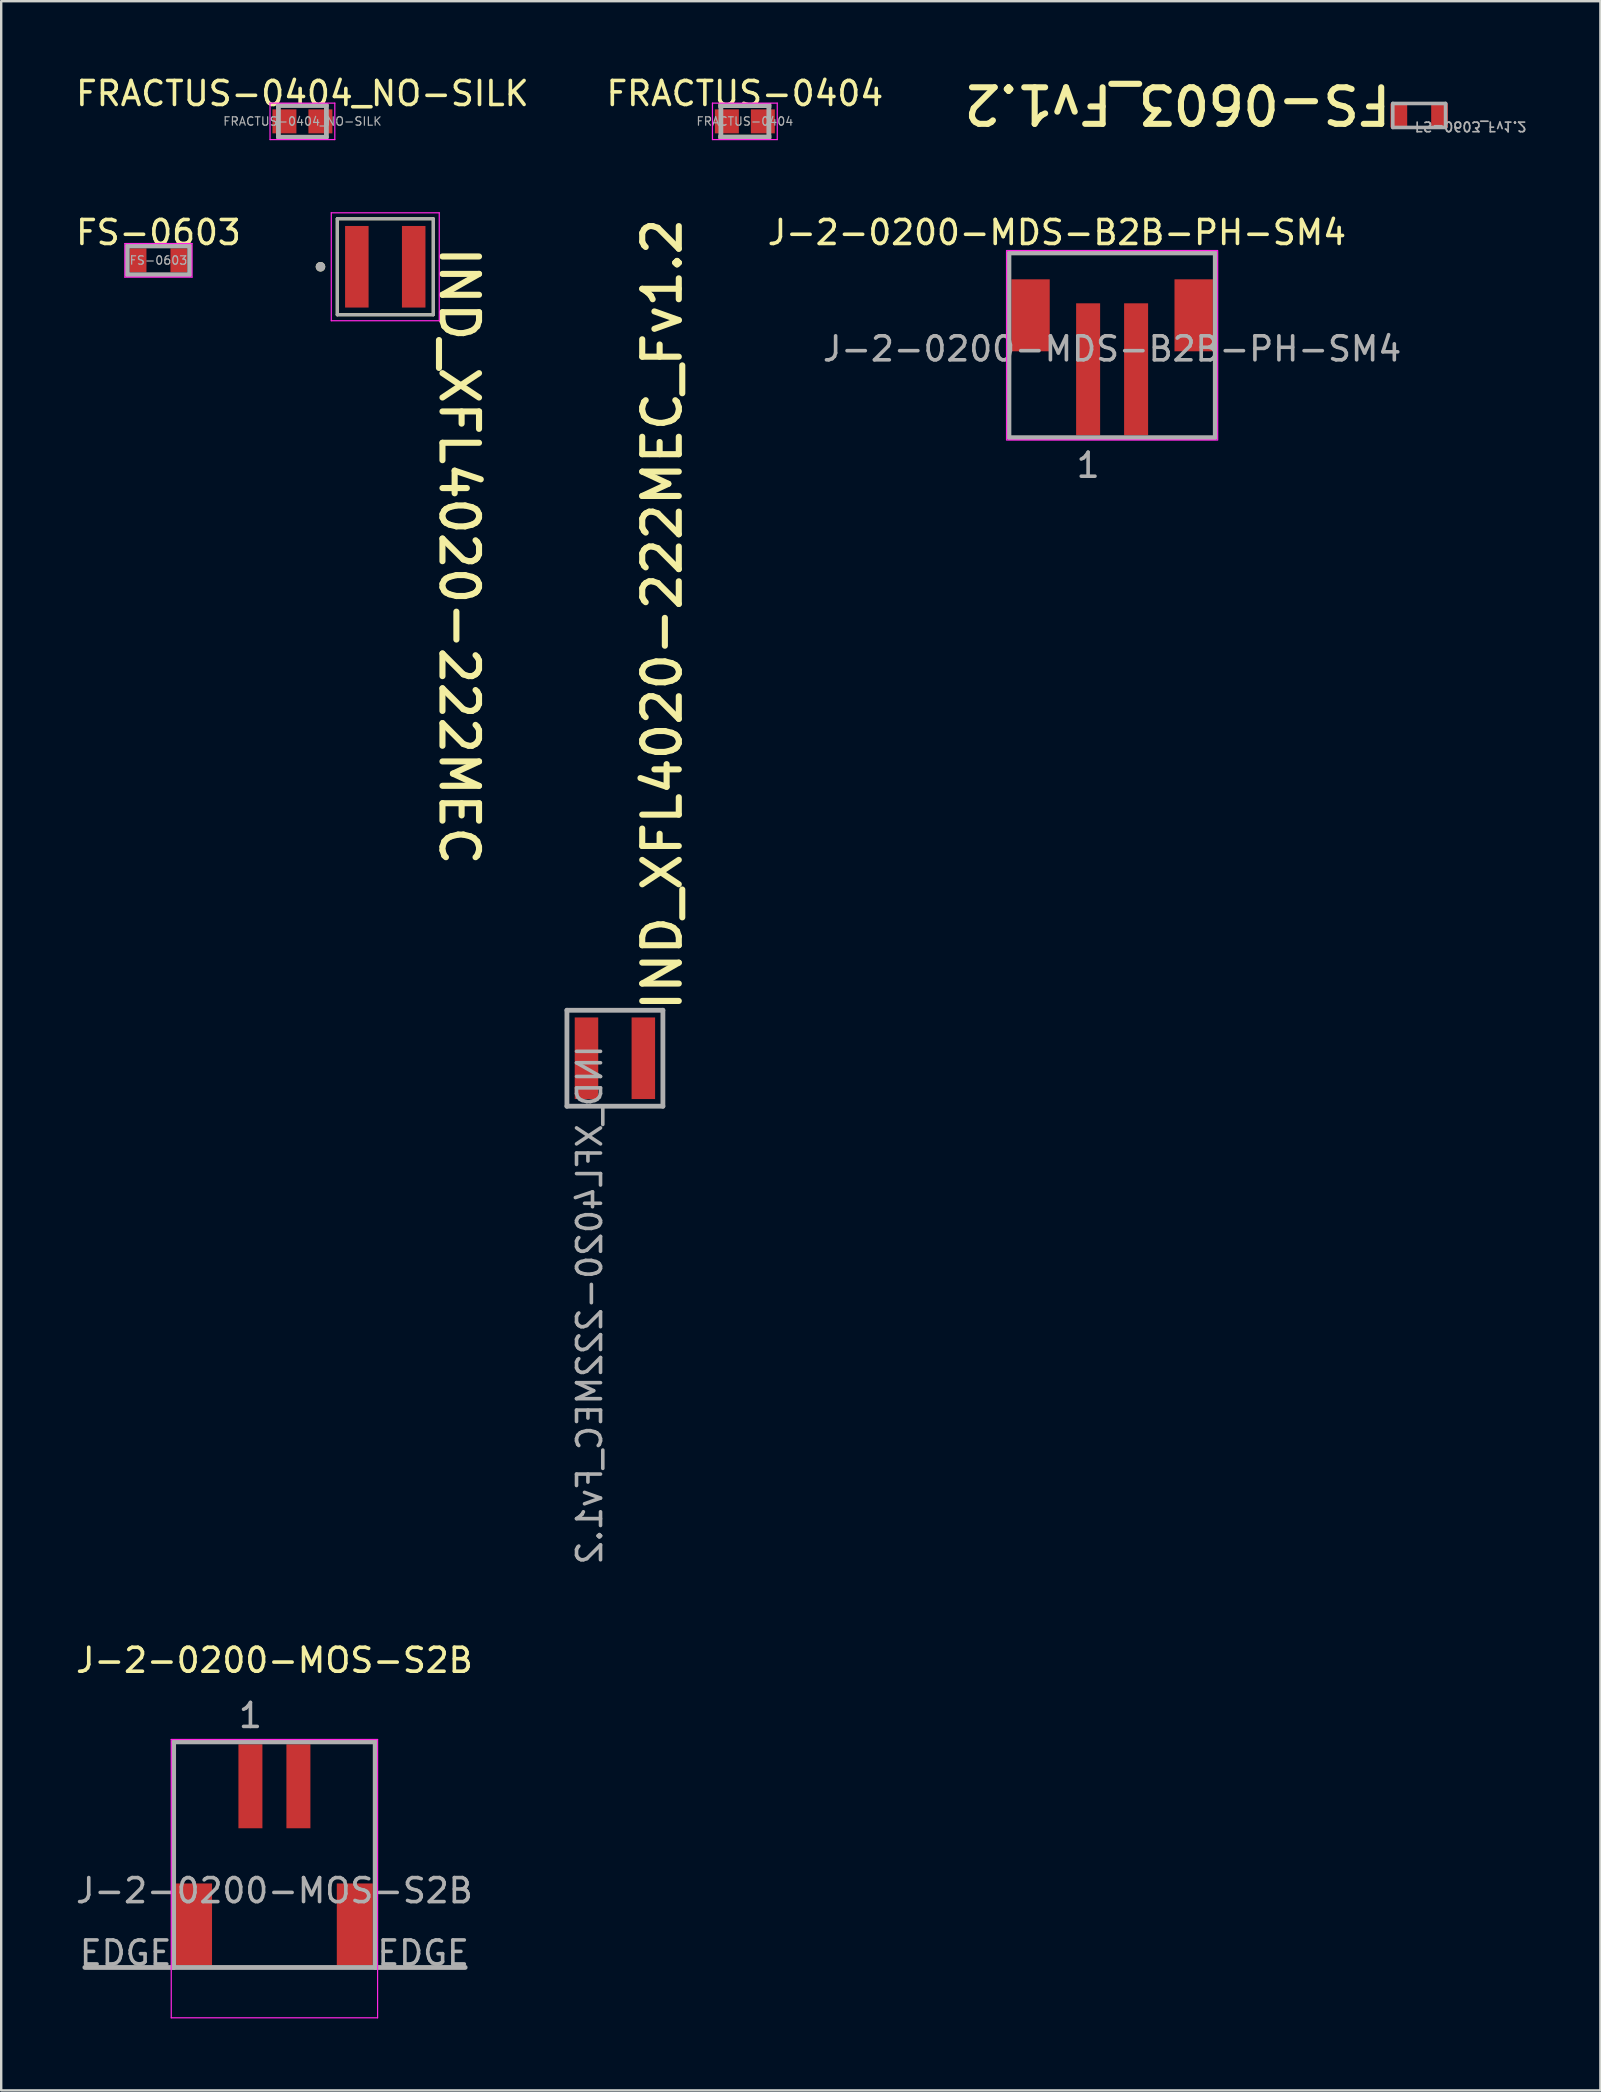
<source format=kicad_pcb>
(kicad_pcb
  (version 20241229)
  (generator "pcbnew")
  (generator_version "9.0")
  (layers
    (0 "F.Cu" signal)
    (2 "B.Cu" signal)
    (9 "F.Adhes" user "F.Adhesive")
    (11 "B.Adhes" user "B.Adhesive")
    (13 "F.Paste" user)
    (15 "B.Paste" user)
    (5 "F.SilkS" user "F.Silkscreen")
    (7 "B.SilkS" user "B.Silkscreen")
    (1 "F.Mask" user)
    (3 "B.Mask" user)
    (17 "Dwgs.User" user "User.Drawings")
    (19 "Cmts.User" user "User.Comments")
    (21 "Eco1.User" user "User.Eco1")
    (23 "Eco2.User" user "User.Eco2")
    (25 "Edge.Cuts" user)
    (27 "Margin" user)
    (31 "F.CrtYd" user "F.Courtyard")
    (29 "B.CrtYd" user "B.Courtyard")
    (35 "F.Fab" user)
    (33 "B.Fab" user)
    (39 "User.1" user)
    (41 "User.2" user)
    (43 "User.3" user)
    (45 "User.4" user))
  (footprint "FS-0603"
    (layer "F.Cu")
    (at 3.554 7.801)
    (property "Reference" "FS-0603" (at 0 -1.16 0) (layer "F.SilkS") (effects (font (size 1 1) (thickness 0.15))))
    (attr smd)
    (fp_line (start -1.4 -0.7) (end 1.4 -0.7) (stroke (width 0.05) (type solid)) (layer "F.CrtYd"))
    (fp_line (start -1.4 0.7) (end -1.4 -0.7) (stroke (width 0.05) (type solid)) (layer "F.CrtYd"))
    (fp_line (start 1.4 -0.7) (end 1.4 0.7) (stroke (width 0.05) (type solid)) (layer "F.CrtYd"))
    (fp_line (start 1.4 0.7) (end -1.4 0.7) (stroke (width 0.05) (type solid)) (layer "F.CrtYd"))
    (fp_line (start -1.3 -0.6) (end 1.3 -0.6) (stroke (width 0.2) (type solid)) (layer "F.Fab"))
    (fp_line (start -1.3 0.6) (end -1.3 -0.6) (stroke (width 0.2) (type solid)) (layer "F.Fab"))
    (fp_line (start 1.3 -0.6) (end 1.3 0.6) (stroke (width 0.2) (type solid)) (layer "F.Fab"))
    (fp_line (start 1.3 0.6) (end -1.3 0.6) (stroke (width 0.2) (type solid)) (layer "F.Fab"))
    (fp_text user "${REFERENCE}" (at 0 0 0) (layer "F.Fab") (effects (font (size 0.35 0.35) (thickness 0.05))))
    (pad "1" smd rect (at -0.85 0) (size 0.7 1) (layers "F.Cu" "F.Mask" "F.Paste"))
    (pad "2" smd rect (at 0.85 0) (size 0.7 1) (layers "F.Cu" "F.Mask" "F.Paste")))
  (footprint "J-2-0200-MDS-B2B-PH-SM4"
    (layer "F.Cu")
    (at 45.3 12.341)
    (property "Reference" "J-2-0200-MDS-B2B-PH-SM4" (at -4.3 -5.7 0) (layer "F.SilkS") (effects (font (size 1 1) (thickness 0.15))))
    (attr smd)
    (fp_rect (start -6.4 -4.95) (end 2.4 2.95) (stroke (width 0.05) (type default)) (fill no) (layer "F.CrtYd"))
    (fp_rect (start -6.3 -4.85) (end 2.3 2.85) (stroke (width 0.2) (type default)) (fill no) (layer "F.Fab"))
    (fp_text user "1" (at -3 4 180) (layer "F.Fab") (effects (font (size 1 1) (thickness 0.15))))
    (fp_text user "${REFERENCE}" (at -2 -0.85 180) (layer "F.Fab") (effects (font (size 1 1) (thickness 0.15))))
    (pad "1" smd rect (at -3 0 90) (size 5.5 1) (layers "F.Cu" "F.Mask" "F.Paste"))
    (pad "2" smd rect (at -1 0 90) (size 5.5 1) (layers "F.Cu" "F.Mask" "F.Paste"))
    (pad "MP" smd rect (at -5.4 -2.25 90) (size 3 1.6) (layers "F.Cu" "F.Mask" "F.Paste"))
    (pad "MP" smd rect (at 1.4 -2.25 90) (size 3 1.6) (layers "F.Cu" "F.Mask" "F.Paste")))
  (footprint "FS-0603_Fv1.2"
    (layer "F.Cu")
    (at 56.098 1.762)
    (property "Reference" "FS-0603_Fv1.2" (at -1.053 -1.374 180) (unlocked yes) (layer "F.SilkS") (effects (font (size 1.524 1.524) (thickness 0.254)) (justify left bottom)))
    (fp_line (start -1.1 0.5) (end -1.1 -0.5) (stroke (width 0.15) (type solid)) (layer "F.Fab"))
    (fp_line (start 1.1 -0.5) (end -1.1 -0.5) (stroke (width 0.15) (type solid)) (layer "F.Fab"))
    (fp_line (start 1.1 0.5) (end -1.1 0.5) (stroke (width 0.15) (type solid)) (layer "F.Fab"))
    (fp_line (start 1.1 0.5) (end 1.1 -0.5) (stroke (width 0.15) (type solid)) (layer "F.Fab"))
    (fp_text user "${REFERENCE}" (at -0.225 0.225 180) (unlocked yes) (layer "F.Fab") (effects (font (size 0.4 0.4) (thickness 0.07)) (justify left bottom mirror)))
    (pad "1" smd rect (at -0.85 0 90) (size 1 0.7) (layers "F.Cu" "F.Mask" "F.Paste"))
    (pad "2" smd rect (at 0.85 0 90) (size 1 0.7) (layers "F.Cu" "F.Mask" "F.Paste")))
  (footprint "J-2-0200-MOS-S2B"
    (layer "F.Cu")
    (at 8.387 74.248)
    (property "Reference" "J-2-0200-MOS-S2B" (at 0 -8.1 0) (layer "F.SilkS") (effects (font (size 1 1) (thickness 0.15))))
    (attr smd)
    (fp_line (start -4.3 -4.8) (end -4.3 6.8) (stroke (width 0.05) (type solid)) (layer "F.CrtYd"))
    (fp_line (start -4.3 6.8) (end 4.3 6.8) (stroke (width 0.05) (type solid)) (layer "F.CrtYd"))
    (fp_line (start 4.3 -4.8) (end -4.3 -4.8) (stroke (width 0.05) (type solid)) (layer "F.CrtYd"))
    (fp_line (start 4.3 6.8) (end 4.3 -4.8) (stroke (width 0.05) (type solid)) (layer "F.CrtYd"))
    (fp_line (start -7.9 4.7) (end -4.2 4.7) (stroke (width 0.2) (type solid)) (layer "F.Fab"))
    (fp_line (start -4.2 -4.7) (end -4.2 4.7) (stroke (width 0.2) (type solid)) (layer "F.Fab"))
    (fp_line (start -4.2 -4.7) (end 4.2 -4.7) (stroke (width 0.2) (type solid)) (layer "F.Fab"))
    (fp_line (start -4.2 4.7) (end 4.2 4.7) (stroke (width 0.2) (type solid)) (layer "F.Fab"))
    (fp_line (start 4.2 -4.7) (end 4.2 4.7) (stroke (width 0.2) (type solid)) (layer "F.Fab"))
    (fp_line (start 4.25 4.7) (end 7.95 4.7) (stroke (width 0.2) (type solid)) (layer "F.Fab"))
    (fp_text user "${REFERENCE}" (at 0 1.5 0) (layer "F.Fab") (effects (font (size 1 1) (thickness 0.15))))
    (fp_text user "EDGE" (at -6.2 4.1 0) (layer "F.Fab") (effects (font (size 1 1) (thickness 0.15))))
    (fp_text user "EDGE" (at 6.2 4.1 0) (layer "F.Fab") (effects (font (size 1 1) (thickness 0.15))))
    (fp_text user "1" (at -1 -5.8 0) (layer "F.Fab") (effects (font (size 1 1) (thickness 0.15))))
    (pad "1" smd rect (at -1 -2.85) (size 1 3.5) (layers "F.Cu" "F.Mask" "F.Paste"))
    (pad "2" smd rect (at 1 -2.85) (size 1 3.5) (layers "F.Cu" "F.Mask" "F.Paste"))
    (pad "MP" smd rect (at -3.35 2.9) (size 1.5 3.4) (layers "F.Cu" "F.Mask" "F.Paste"))
    (pad "MP" smd rect (at 3.35 2.9) (size 1.5 3.4) (layers "F.Cu" "F.Mask" "F.Paste")))
  (footprint "IND_XFL4020-222MEC_Fv1.2"
    (layer "F.Cu")
    (at 22.578 41.055)
    (property "Reference" "IND_XFL4020-222MEC_Fv1.2" (at 2.862 -1.858 90) (unlocked yes) (layer "F.SilkS") (effects (font (size 1.524 1.524) (thickness 0.254)) (justify left bottom)))
    (fp_line (start -2 -2) (end 2 -2) (stroke (width 0.127) (type solid)) (layer "F.SilkS"))
    (fp_line (start -2 2) (end -2 -2) (stroke (width 0.127) (type solid)) (layer "F.SilkS"))
    (fp_line (start -2 2) (end 2 2) (stroke (width 0.127) (type solid)) (layer "F.SilkS"))
    (fp_line (start 2 2) (end 2 -2) (stroke (width 0.127) (type solid)) (layer "F.SilkS"))
    (fp_line (start -2 -2) (end 2 -2) (stroke (width 0.2) (type solid)) (layer "F.Fab"))
    (fp_line (start -2 2) (end -2 -2) (stroke (width 0.2) (type solid)) (layer "F.Fab"))
    (fp_line (start -2 2) (end 2 2) (stroke (width 0.2) (type solid)) (layer "F.Fab"))
    (fp_line (start 2 2) (end 2 -2) (stroke (width 0.2) (type solid)) (layer "F.Fab"))
    (fp_text user "${REFERENCE}" (at -0.47 -0.625 90) (unlocked yes) (layer "F.Fab") (effects (font (size 1 1) (thickness 0.15)) (justify left bottom mirror)))
    (pad "1" smd rect (at -1.185 0 180) (size 0.98 3.4) (layers "F.Cu" "F.Mask" "F.Paste"))
    (pad "2" smd rect (at 1.185 0 180) (size 0.98 3.4) (layers "F.Cu" "F.Mask" "F.Paste")))
  (footprint "IND_XFL4020-222MEC"
    (layer "F.Cu")
    (at 13.007 8.068)
    (property "Reference" "IND_XFL4020-222MEC" (at 2.184 -0.959 270) (unlocked yes) (layer "F.SilkS") (effects (font (size 1.524 1.524) (thickness 0.254)) (justify left bottom)))
    (fp_line (start -2 -2) (end 2 -2) (stroke (width 0.127) (type solid)) (layer "F.SilkS"))
    (fp_line (start -2 2) (end -2 -2) (stroke (width 0.127) (type solid)) (layer "F.SilkS"))
    (fp_line (start -2 2) (end 2 2) (stroke (width 0.127) (type solid)) (layer "F.SilkS"))
    (fp_line (start 2 2) (end 2 -2) (stroke (width 0.127) (type solid)) (layer "F.SilkS"))
    (fp_circle (center -2.7 0) (end -2.6 0) (stroke (width 0.2) (type solid)) (fill no) (layer "F.SilkS"))
    (fp_line (start -2.25 -2.25) (end 2.25 -2.25) (stroke (width 0.05) (type solid)) (layer "F.CrtYd"))
    (fp_line (start -2.25 2.25) (end -2.25 -2.25) (stroke (width 0.05) (type solid)) (layer "F.CrtYd"))
    (fp_line (start -2.25 2.25) (end 2.25 2.25) (stroke (width 0.05) (type solid)) (layer "F.CrtYd"))
    (fp_line (start 2.25 2.25) (end 2.25 -2.25) (stroke (width 0.05) (type solid)) (layer "F.CrtYd"))
    (fp_line (start -2 -2) (end 2 -2) (stroke (width 0.127) (type solid)) (layer "F.Fab"))
    (fp_line (start -2 2) (end -2 -2) (stroke (width 0.127) (type solid)) (layer "F.Fab"))
    (fp_line (start -2 2) (end 2 2) (stroke (width 0.127) (type solid)) (layer "F.Fab"))
    (fp_line (start 2 2) (end 2 -2) (stroke (width 0.127) (type solid)) (layer "F.Fab"))
    (fp_circle (center -2.7 0) (end -2.6 0) (stroke (width 0.2) (type solid)) (fill no) (layer "F.Fab"))
    (pad "1" smd rect (at -1.185 0) (size 0.98 3.4) (layers "F.Cu" "F.Mask" "F.Paste"))
    (pad "2" smd rect (at 1.185 0) (size 0.98 3.4) (layers "F.Cu" "F.Mask" "F.Paste")))
  (footprint "FRACTUS-0404_NO-SILK"
    (layer "F.Cu")
    (at 9.554 2.008)
    (property "Reference" "FRACTUS-0404_NO-SILK" (at 0 -1.16 0) (layer "F.SilkS") (effects (font (size 1 1) (thickness 0.15))))
    (attr smd)
    (fp_line (start -1.35 -0.76) (end 1.35 -0.76) (stroke (width 0.05) (type solid)) (layer "F.CrtYd"))
    (fp_line (start -1.35 0.76) (end -1.35 -0.76) (stroke (width 0.05) (type solid)) (layer "F.CrtYd"))
    (fp_line (start 1.35 -0.76) (end 1.35 0.76) (stroke (width 0.05) (type solid)) (layer "F.CrtYd"))
    (fp_line (start 1.35 0.76) (end -1.35 0.76) (stroke (width 0.05) (type solid)) (layer "F.CrtYd"))
    (fp_line (start -1 -0.66) (end 1 -0.66) (stroke (width 0.2) (type solid)) (layer "F.Fab"))
    (fp_line (start -1 0.66) (end -1 -0.66) (stroke (width 0.2) (type solid)) (layer "F.Fab"))
    (fp_line (start 1 -0.66) (end 1 0.66) (stroke (width 0.2) (type solid)) (layer "F.Fab"))
    (fp_line (start 1 0.66) (end -1 0.66) (stroke (width 0.2) (type solid)) (layer "F.Fab"))
    (fp_text user "${REFERENCE}" (at 0 0 0) (layer "F.Fab") (effects (font (size 0.35 0.35) (thickness 0.05))))
    (pad "1" smd rect (at -0.75 0) (size 1 1) (layers "F.Cu" "F.Mask" "F.Paste"))
    (pad "2" smd rect (at 0.75 0) (size 1 1) (layers "F.Cu" "F.Mask" "F.Paste"))
    (zone (net_name "") (layer "F.Cu") (hatch edge 0.5) (connect_pads) (min_thickness 0.25) (filled_areas_thickness no) (keepout (tracks allowed) (vias allowed) (pads allowed) (copperpour not_allowed) (footprints allowed)) (placement (enabled no)) (fill) (polygon (pts (xy 8.664 1.578) (xy 10.444 1.578) (xy 10.444 2.438) (xy 8.664 2.438)))))
  (footprint "FRACTUS-0404"
    (layer "F.Cu")
    (at 27.994 2.008)
    (property "Reference" "FRACTUS-0404" (at 0 -1.16 0) (layer "F.SilkS") (effects (font (size 1 1) (thickness 0.15))))
    (attr smd)
    (fp_rect (start -1.1 -0.76) (end 1.1 -0.56) (stroke (width 0) (type solid)) (fill yes) (layer "F.SilkS"))
    (fp_rect (start -1.1 0.56) (end 1.1 0.76) (stroke (width 0) (type solid)) (fill yes) (layer "F.SilkS"))
    (fp_line (start -1.35 -0.76) (end 1.35 -0.76) (stroke (width 0.05) (type solid)) (layer "F.CrtYd"))
    (fp_line (start -1.35 0.76) (end -1.35 -0.76) (stroke (width 0.05) (type solid)) (layer "F.CrtYd"))
    (fp_line (start 1.35 -0.76) (end 1.35 0.76) (stroke (width 0.05) (type solid)) (layer "F.CrtYd"))
    (fp_line (start 1.35 0.76) (end -1.35 0.76) (stroke (width 0.05) (type solid)) (layer "F.CrtYd"))
    (fp_line (start -1 -0.66) (end 1 -0.66) (stroke (width 0.2) (type solid)) (layer "F.Fab"))
    (fp_line (start -1 0.66) (end -1 -0.66) (stroke (width 0.2) (type solid)) (layer "F.Fab"))
    (fp_line (start 1 -0.66) (end 1 0.66) (stroke (width 0.2) (type solid)) (layer "F.Fab"))
    (fp_line (start 1 0.66) (end -1 0.66) (stroke (width 0.2) (type solid)) (layer "F.Fab"))
    (fp_text user "${REFERENCE}" (at 0 0 0) (layer "F.Fab") (effects (font (size 0.35 0.35) (thickness 0.05))))
    (pad "1" smd rect (at -0.75 0) (size 1 1) (layers "F.Cu" "F.Mask" "F.Paste"))
    (pad "2" smd rect (at 0.75 0) (size 1 1) (layers "F.Cu" "F.Mask" "F.Paste"))
    (zone (net_name "") (layer "F.Cu") (hatch edge 0.5) (connect_pads) (min_thickness 0.25) (filled_areas_thickness no) (keepout (tracks allowed) (vias allowed) (pads allowed) (copperpour not_allowed) (footprints allowed)) (placement (enabled no)) (fill) (polygon (pts (xy 27.104 1.578) (xy 28.884 1.578) (xy 28.884 2.438) (xy 27.104 2.438)))))
  (gr_rect
    (start -3 -3)
    (end 63.651 84.073)
    (stroke (width 0.1) (type default))
    (fill no)
    (layer "Edge.Cuts")))
</source>
